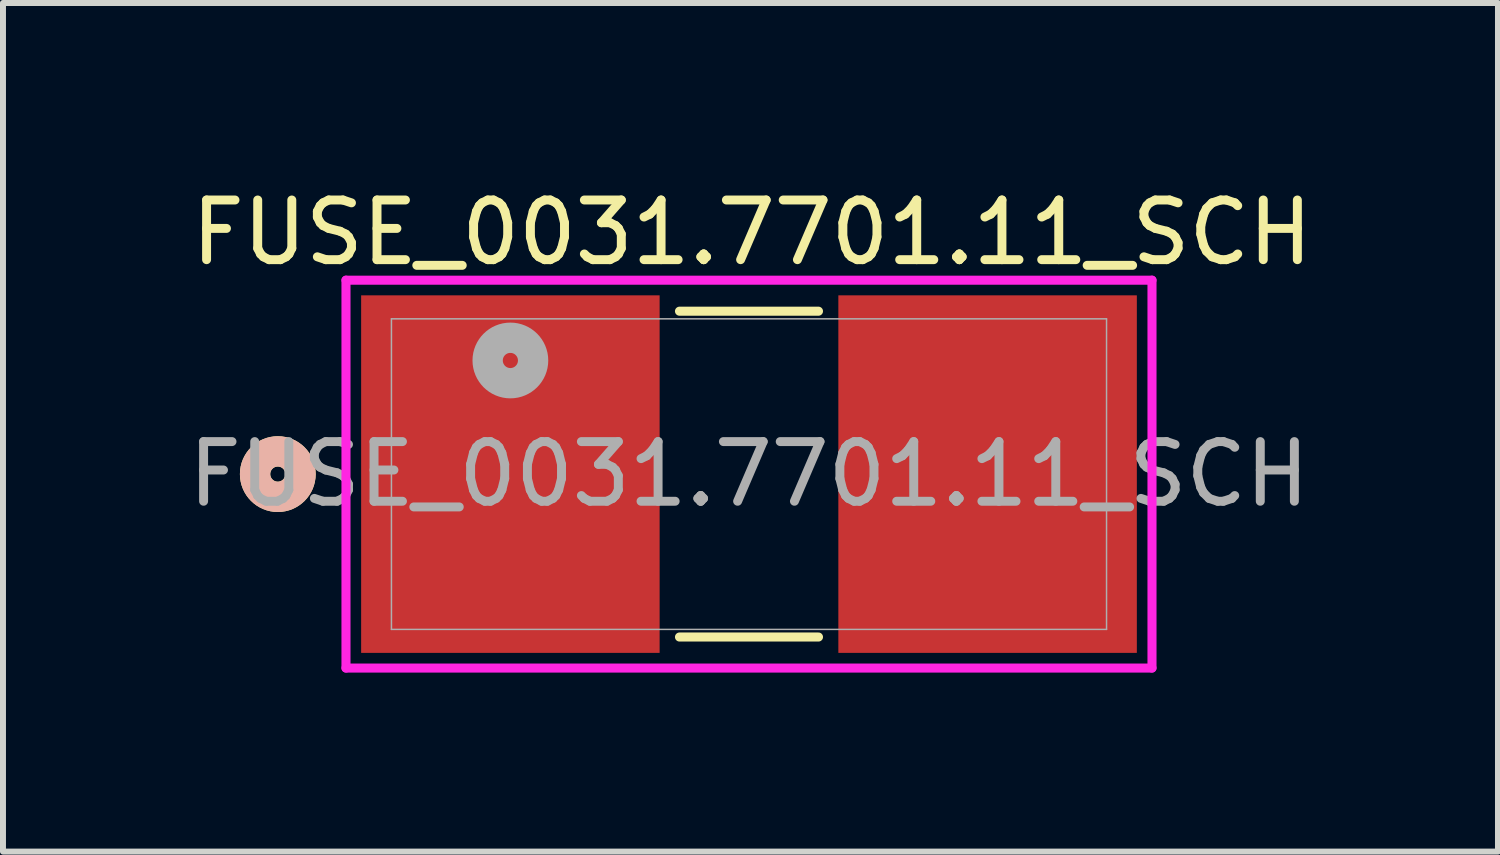
<source format=kicad_pcb>
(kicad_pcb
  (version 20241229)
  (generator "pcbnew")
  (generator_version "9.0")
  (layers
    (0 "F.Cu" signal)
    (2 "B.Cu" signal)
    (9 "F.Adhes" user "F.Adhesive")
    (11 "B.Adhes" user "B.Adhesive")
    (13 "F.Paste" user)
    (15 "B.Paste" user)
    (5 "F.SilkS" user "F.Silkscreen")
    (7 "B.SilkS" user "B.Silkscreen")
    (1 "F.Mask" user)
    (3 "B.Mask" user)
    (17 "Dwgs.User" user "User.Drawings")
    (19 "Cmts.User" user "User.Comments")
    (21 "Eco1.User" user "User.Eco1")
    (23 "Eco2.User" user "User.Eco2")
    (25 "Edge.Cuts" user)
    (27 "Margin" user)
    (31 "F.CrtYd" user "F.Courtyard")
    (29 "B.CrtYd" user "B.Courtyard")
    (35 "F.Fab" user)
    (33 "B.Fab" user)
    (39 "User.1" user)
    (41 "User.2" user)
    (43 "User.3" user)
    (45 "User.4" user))
  (footprint "FUSE_0031.7701.11_SCH"
    (layer "F.Cu")
    (at 9.506 4.898)
    (property "Reference" "FUSE_0031.7701.11_SCH" (at 0.05 -4.05 0) (unlocked yes) (layer "F.SilkS") (effects (font (size 1 1) (thickness 0.15))))
    (attr smd)
    (fp_line (start -1.165 2.731) (end 1.165 2.731) (stroke (width 0.152) (type solid)) (layer "F.SilkS"))
    (fp_line (start 1.165 -2.731) (end -1.165 -2.731) (stroke (width 0.152) (type solid)) (layer "F.SilkS"))
    (fp_circle (center -7.899 0) (end -7.518 0) (stroke (width 0.508) (type solid)) (fill no) (layer "F.SilkS"))
    (fp_circle (center -7.899 0) (end -7.518 0) (stroke (width 0.508) (type solid)) (fill no) (layer "B.SilkS"))
    (fp_line (start -6.756 -3.251) (end -6.756 3.251) (stroke (width 0.152) (type solid)) (layer "F.CrtYd"))
    (fp_line (start -6.756 3.251) (end 6.756 3.251) (stroke (width 0.152) (type solid)) (layer "F.CrtYd"))
    (fp_line (start 6.756 -3.251) (end -6.756 -3.251) (stroke (width 0.152) (type solid)) (layer "F.CrtYd"))
    (fp_line (start 6.756 3.251) (end 6.756 -3.251) (stroke (width 0.152) (type solid)) (layer "F.CrtYd"))
    (fp_line (start -5.994 -2.603) (end -5.994 2.603) (stroke (width 0.025) (type solid)) (layer "F.Fab"))
    (fp_line (start -5.994 2.603) (end 5.994 2.603) (stroke (width 0.025) (type solid)) (layer "F.Fab"))
    (fp_line (start 5.994 -2.603) (end -5.994 -2.603) (stroke (width 0.025) (type solid)) (layer "F.Fab"))
    (fp_line (start 5.994 2.603) (end 5.994 -2.603) (stroke (width 0.025) (type solid)) (layer "F.Fab"))
    (fp_circle (center -4 -1.905) (end -3.619 -1.905) (stroke (width 0.508) (type solid)) (fill no) (layer "F.Fab"))
    (fp_text user "${REFERENCE}" (at 0 0 0) (unlocked yes) (layer "F.Fab") (effects (font (size 1 1) (thickness 0.15))))
    (pad "1" smd rect (at -4 0) (size 5.004 5.994) (layers "F.Cu" "F.Mask" "F.Paste"))
    (pad "2" smd rect (at 4 0) (size 5.004 5.994) (layers "F.Cu" "F.Mask" "F.Paste")))
  (gr_rect
    (start -3 -3)
    (end 22.062 11.226)
    (stroke (width 0.1) (type default))
    (fill no)
    (layer "Edge.Cuts")))
</source>
